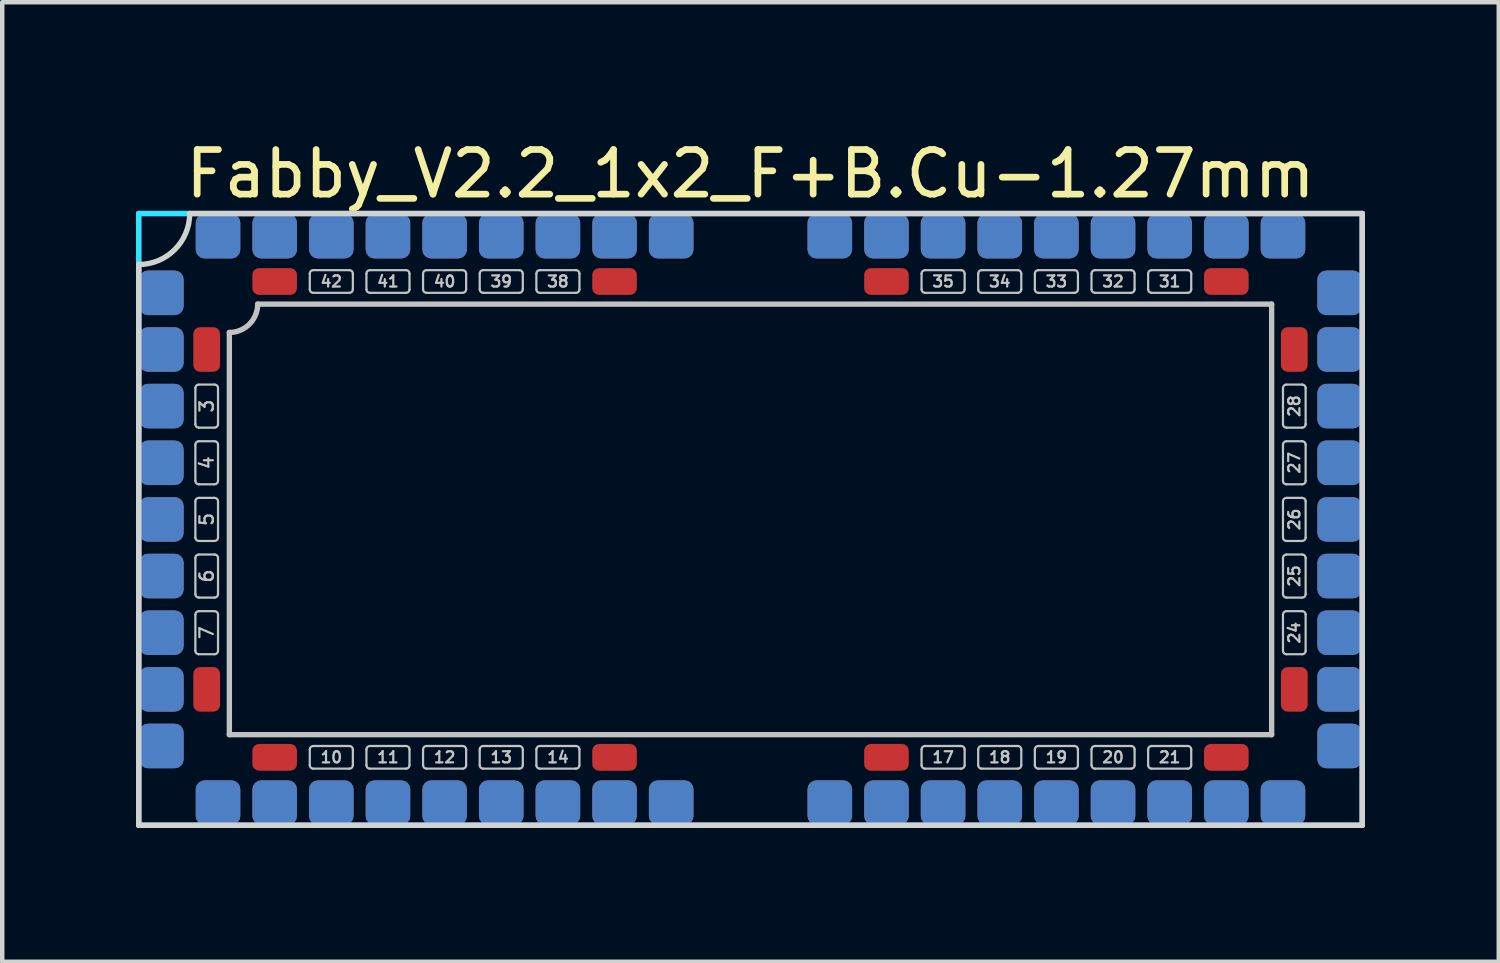
<source format=kicad_pcb>
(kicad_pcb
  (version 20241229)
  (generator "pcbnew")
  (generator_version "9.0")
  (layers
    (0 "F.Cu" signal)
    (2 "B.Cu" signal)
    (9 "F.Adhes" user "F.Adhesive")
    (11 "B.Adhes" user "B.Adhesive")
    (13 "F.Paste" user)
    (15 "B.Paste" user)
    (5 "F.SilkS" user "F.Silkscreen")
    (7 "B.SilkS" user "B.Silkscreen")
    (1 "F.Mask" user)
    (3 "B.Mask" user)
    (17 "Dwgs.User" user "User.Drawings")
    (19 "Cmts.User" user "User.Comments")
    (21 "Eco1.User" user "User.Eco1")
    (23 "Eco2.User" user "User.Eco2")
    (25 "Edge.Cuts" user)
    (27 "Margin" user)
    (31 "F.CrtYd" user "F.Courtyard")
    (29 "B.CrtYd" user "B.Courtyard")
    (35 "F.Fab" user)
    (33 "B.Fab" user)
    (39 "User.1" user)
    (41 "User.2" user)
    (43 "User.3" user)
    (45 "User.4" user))
  (footprint "Fabby_V2.2_1x2_F+B.Cu-1.27mm"
    (layer "F.Cu")
    (at 13.776 8.595)
    (property "Reference" "Fabby_V2.2_1x2_F+B.Cu-1.27mm" (at 0 -7.747 0) (layer "F.SilkS") (effects (font (size 1 1) (thickness 0.15))))
    (attr through_hole)
    (fp_line (start -12.446 -2.134) (end -12.446 -2.946) (stroke (width 0.05) (type solid)) (layer "Dwgs.User"))
    (fp_line (start -12.446 -0.864) (end -12.446 -1.676) (stroke (width 0.05) (type solid)) (layer "Dwgs.User"))
    (fp_line (start -12.446 0.406) (end -12.446 -0.406) (stroke (width 0.05) (type solid)) (layer "Dwgs.User"))
    (fp_line (start -12.446 1.676) (end -12.446 0.864) (stroke (width 0.05) (type solid)) (layer "Dwgs.User"))
    (fp_line (start -12.446 2.946) (end -12.446 2.134) (stroke (width 0.05) (type solid)) (layer "Dwgs.User"))
    (fp_line (start -12.37 -3.023) (end -12.014 -3.023) (stroke (width 0.05) (type solid)) (layer "Dwgs.User"))
    (fp_line (start -12.37 -2.057) (end -12.014 -2.057) (stroke (width 0.05) (type solid)) (layer "Dwgs.User"))
    (fp_line (start -12.37 -1.753) (end -12.014 -1.753) (stroke (width 0.05) (type solid)) (layer "Dwgs.User"))
    (fp_line (start -12.37 -0.787) (end -12.014 -0.787) (stroke (width 0.05) (type solid)) (layer "Dwgs.User"))
    (fp_line (start -12.37 -0.483) (end -12.014 -0.483) (stroke (width 0.05) (type solid)) (layer "Dwgs.User"))
    (fp_line (start -12.37 0.483) (end -12.014 0.483) (stroke (width 0.05) (type solid)) (layer "Dwgs.User"))
    (fp_line (start -12.37 0.787) (end -12.014 0.787) (stroke (width 0.05) (type solid)) (layer "Dwgs.User"))
    (fp_line (start -12.37 1.753) (end -12.014 1.753) (stroke (width 0.05) (type solid)) (layer "Dwgs.User"))
    (fp_line (start -12.37 2.057) (end -12.014 2.057) (stroke (width 0.05) (type solid)) (layer "Dwgs.User"))
    (fp_line (start -12.37 3.023) (end -12.014 3.023) (stroke (width 0.05) (type solid)) (layer "Dwgs.User"))
    (fp_line (start -11.938 -2.134) (end -11.938 -2.946) (stroke (width 0.05) (type solid)) (layer "Dwgs.User"))
    (fp_line (start -11.938 -0.864) (end -11.938 -1.676) (stroke (width 0.05) (type solid)) (layer "Dwgs.User"))
    (fp_line (start -11.938 0.406) (end -11.938 -0.406) (stroke (width 0.05) (type solid)) (layer "Dwgs.User"))
    (fp_line (start -11.938 1.676) (end -11.938 0.864) (stroke (width 0.05) (type solid)) (layer "Dwgs.User"))
    (fp_line (start -11.938 2.946) (end -11.938 2.134) (stroke (width 0.05) (type solid)) (layer "Dwgs.User"))
    (fp_line (start -11.684 4.826) (end -11.684 -4.191) (stroke (width 0.12) (type solid)) (layer "Dwgs.User"))
    (fp_line (start -11.049 -4.826) (end 11.684 -4.826) (stroke (width 0.12) (type solid)) (layer "Dwgs.User"))
    (fp_line (start -9.881 -5.156) (end -9.881 -5.512) (stroke (width 0.05) (type solid)) (layer "Dwgs.User"))
    (fp_line (start -9.881 5.512) (end -9.881 5.156) (stroke (width 0.05) (type solid)) (layer "Dwgs.User"))
    (fp_line (start -8.992 -5.588) (end -9.804 -5.588) (stroke (width 0.05) (type solid)) (layer "Dwgs.User"))
    (fp_line (start -8.992 -5.08) (end -9.804 -5.08) (stroke (width 0.05) (type solid)) (layer "Dwgs.User"))
    (fp_line (start -8.992 5.08) (end -9.804 5.08) (stroke (width 0.05) (type solid)) (layer "Dwgs.User"))
    (fp_line (start -8.992 5.588) (end -9.804 5.588) (stroke (width 0.05) (type solid)) (layer "Dwgs.User"))
    (fp_line (start -8.915 -5.156) (end -8.915 -5.512) (stroke (width 0.05) (type solid)) (layer "Dwgs.User"))
    (fp_line (start -8.915 5.512) (end -8.915 5.156) (stroke (width 0.05) (type solid)) (layer "Dwgs.User"))
    (fp_line (start -8.611 -5.156) (end -8.611 -5.512) (stroke (width 0.05) (type solid)) (layer "Dwgs.User"))
    (fp_line (start -8.611 5.512) (end -8.611 5.156) (stroke (width 0.05) (type solid)) (layer "Dwgs.User"))
    (fp_line (start -7.722 -5.588) (end -8.534 -5.588) (stroke (width 0.05) (type solid)) (layer "Dwgs.User"))
    (fp_line (start -7.722 -5.08) (end -8.534 -5.08) (stroke (width 0.05) (type solid)) (layer "Dwgs.User"))
    (fp_line (start -7.722 5.08) (end -8.534 5.08) (stroke (width 0.05) (type solid)) (layer "Dwgs.User"))
    (fp_line (start -7.722 5.588) (end -8.534 5.588) (stroke (width 0.05) (type solid)) (layer "Dwgs.User"))
    (fp_line (start -7.645 -5.156) (end -7.645 -5.512) (stroke (width 0.05) (type solid)) (layer "Dwgs.User"))
    (fp_line (start -7.645 5.512) (end -7.645 5.156) (stroke (width 0.05) (type solid)) (layer "Dwgs.User"))
    (fp_line (start -7.341 -5.156) (end -7.341 -5.512) (stroke (width 0.05) (type solid)) (layer "Dwgs.User"))
    (fp_line (start -7.341 5.512) (end -7.341 5.156) (stroke (width 0.05) (type solid)) (layer "Dwgs.User"))
    (fp_line (start -6.452 -5.588) (end -7.264 -5.588) (stroke (width 0.05) (type solid)) (layer "Dwgs.User"))
    (fp_line (start -6.452 -5.08) (end -7.264 -5.08) (stroke (width 0.05) (type solid)) (layer "Dwgs.User"))
    (fp_line (start -6.452 5.08) (end -7.264 5.08) (stroke (width 0.05) (type solid)) (layer "Dwgs.User"))
    (fp_line (start -6.452 5.588) (end -7.264 5.588) (stroke (width 0.05) (type solid)) (layer "Dwgs.User"))
    (fp_line (start -6.375 -5.156) (end -6.375 -5.512) (stroke (width 0.05) (type solid)) (layer "Dwgs.User"))
    (fp_line (start -6.375 5.512) (end -6.375 5.156) (stroke (width 0.05) (type solid)) (layer "Dwgs.User"))
    (fp_line (start -6.071 -5.156) (end -6.071 -5.512) (stroke (width 0.05) (type solid)) (layer "Dwgs.User"))
    (fp_line (start -6.071 5.512) (end -6.071 5.156) (stroke (width 0.05) (type solid)) (layer "Dwgs.User"))
    (fp_line (start -5.182 -5.588) (end -5.994 -5.588) (stroke (width 0.05) (type solid)) (layer "Dwgs.User"))
    (fp_line (start -5.182 -5.08) (end -5.994 -5.08) (stroke (width 0.05) (type solid)) (layer "Dwgs.User"))
    (fp_line (start -5.182 5.08) (end -5.994 5.08) (stroke (width 0.05) (type solid)) (layer "Dwgs.User"))
    (fp_line (start -5.182 5.588) (end -5.994 5.588) (stroke (width 0.05) (type solid)) (layer "Dwgs.User"))
    (fp_line (start -5.105 -5.156) (end -5.105 -5.512) (stroke (width 0.05) (type solid)) (layer "Dwgs.User"))
    (fp_line (start -5.105 5.512) (end -5.105 5.156) (stroke (width 0.05) (type solid)) (layer "Dwgs.User"))
    (fp_line (start -4.801 -5.156) (end -4.801 -5.512) (stroke (width 0.05) (type solid)) (layer "Dwgs.User"))
    (fp_line (start -4.801 5.512) (end -4.801 5.156) (stroke (width 0.05) (type solid)) (layer "Dwgs.User"))
    (fp_line (start -3.912 -5.588) (end -4.724 -5.588) (stroke (width 0.05) (type solid)) (layer "Dwgs.User"))
    (fp_line (start -3.912 -5.08) (end -4.724 -5.08) (stroke (width 0.05) (type solid)) (layer "Dwgs.User"))
    (fp_line (start -3.912 5.08) (end -4.724 5.08) (stroke (width 0.05) (type solid)) (layer "Dwgs.User"))
    (fp_line (start -3.912 5.588) (end -4.724 5.588) (stroke (width 0.05) (type solid)) (layer "Dwgs.User"))
    (fp_line (start -3.835 -5.156) (end -3.835 -5.512) (stroke (width 0.05) (type solid)) (layer "Dwgs.User"))
    (fp_line (start -3.835 5.512) (end -3.835 5.156) (stroke (width 0.05) (type solid)) (layer "Dwgs.User"))
    (fp_line (start 3.835 -5.156) (end 3.835 -5.512) (stroke (width 0.05) (type solid)) (layer "Dwgs.User"))
    (fp_line (start 3.835 5.512) (end 3.835 5.156) (stroke (width 0.05) (type solid)) (layer "Dwgs.User"))
    (fp_line (start 4.724 -5.588) (end 3.912 -5.588) (stroke (width 0.05) (type solid)) (layer "Dwgs.User"))
    (fp_line (start 4.724 -5.08) (end 3.912 -5.08) (stroke (width 0.05) (type solid)) (layer "Dwgs.User"))
    (fp_line (start 4.724 5.08) (end 3.912 5.08) (stroke (width 0.05) (type solid)) (layer "Dwgs.User"))
    (fp_line (start 4.724 5.588) (end 3.912 5.588) (stroke (width 0.05) (type solid)) (layer "Dwgs.User"))
    (fp_line (start 4.801 -5.156) (end 4.801 -5.512) (stroke (width 0.05) (type solid)) (layer "Dwgs.User"))
    (fp_line (start 4.801 5.512) (end 4.801 5.156) (stroke (width 0.05) (type solid)) (layer "Dwgs.User"))
    (fp_line (start 5.105 -5.156) (end 5.105 -5.512) (stroke (width 0.05) (type solid)) (layer "Dwgs.User"))
    (fp_line (start 5.105 5.512) (end 5.105 5.156) (stroke (width 0.05) (type solid)) (layer "Dwgs.User"))
    (fp_line (start 5.994 -5.588) (end 5.182 -5.588) (stroke (width 0.05) (type solid)) (layer "Dwgs.User"))
    (fp_line (start 5.994 -5.08) (end 5.182 -5.08) (stroke (width 0.05) (type solid)) (layer "Dwgs.User"))
    (fp_line (start 5.994 5.08) (end 5.182 5.08) (stroke (width 0.05) (type solid)) (layer "Dwgs.User"))
    (fp_line (start 5.994 5.588) (end 5.182 5.588) (stroke (width 0.05) (type solid)) (layer "Dwgs.User"))
    (fp_line (start 6.071 -5.156) (end 6.071 -5.512) (stroke (width 0.05) (type solid)) (layer "Dwgs.User"))
    (fp_line (start 6.071 5.512) (end 6.071 5.156) (stroke (width 0.05) (type solid)) (layer "Dwgs.User"))
    (fp_line (start 6.375 -5.156) (end 6.375 -5.512) (stroke (width 0.05) (type solid)) (layer "Dwgs.User"))
    (fp_line (start 6.375 5.512) (end 6.375 5.156) (stroke (width 0.05) (type solid)) (layer "Dwgs.User"))
    (fp_line (start 7.264 -5.588) (end 6.452 -5.588) (stroke (width 0.05) (type solid)) (layer "Dwgs.User"))
    (fp_line (start 7.264 -5.08) (end 6.452 -5.08) (stroke (width 0.05) (type solid)) (layer "Dwgs.User"))
    (fp_line (start 7.264 5.08) (end 6.452 5.08) (stroke (width 0.05) (type solid)) (layer "Dwgs.User"))
    (fp_line (start 7.264 5.588) (end 6.452 5.588) (stroke (width 0.05) (type solid)) (layer "Dwgs.User"))
    (fp_line (start 7.341 -5.156) (end 7.341 -5.512) (stroke (width 0.05) (type solid)) (layer "Dwgs.User"))
    (fp_line (start 7.341 5.512) (end 7.341 5.156) (stroke (width 0.05) (type solid)) (layer "Dwgs.User"))
    (fp_line (start 7.645 -5.156) (end 7.645 -5.512) (stroke (width 0.05) (type solid)) (layer "Dwgs.User"))
    (fp_line (start 7.645 5.512) (end 7.645 5.156) (stroke (width 0.05) (type solid)) (layer "Dwgs.User"))
    (fp_line (start 8.534 -5.588) (end 7.722 -5.588) (stroke (width 0.05) (type solid)) (layer "Dwgs.User"))
    (fp_line (start 8.534 -5.08) (end 7.722 -5.08) (stroke (width 0.05) (type solid)) (layer "Dwgs.User"))
    (fp_line (start 8.534 5.08) (end 7.722 5.08) (stroke (width 0.05) (type solid)) (layer "Dwgs.User"))
    (fp_line (start 8.534 5.588) (end 7.722 5.588) (stroke (width 0.05) (type solid)) (layer "Dwgs.User"))
    (fp_line (start 8.611 -5.156) (end 8.611 -5.512) (stroke (width 0.05) (type solid)) (layer "Dwgs.User"))
    (fp_line (start 8.611 5.512) (end 8.611 5.156) (stroke (width 0.05) (type solid)) (layer "Dwgs.User"))
    (fp_line (start 8.915 -5.156) (end 8.915 -5.512) (stroke (width 0.05) (type solid)) (layer "Dwgs.User"))
    (fp_line (start 8.915 5.512) (end 8.915 5.156) (stroke (width 0.05) (type solid)) (layer "Dwgs.User"))
    (fp_line (start 9.804 -5.588) (end 8.992 -5.588) (stroke (width 0.05) (type solid)) (layer "Dwgs.User"))
    (fp_line (start 9.804 -5.08) (end 8.992 -5.08) (stroke (width 0.05) (type solid)) (layer "Dwgs.User"))
    (fp_line (start 9.804 5.08) (end 8.992 5.08) (stroke (width 0.05) (type solid)) (layer "Dwgs.User"))
    (fp_line (start 9.804 5.588) (end 8.992 5.588) (stroke (width 0.05) (type solid)) (layer "Dwgs.User"))
    (fp_line (start 9.881 -5.156) (end 9.881 -5.512) (stroke (width 0.05) (type solid)) (layer "Dwgs.User"))
    (fp_line (start 9.881 5.512) (end 9.881 5.156) (stroke (width 0.05) (type solid)) (layer "Dwgs.User"))
    (fp_line (start 11.684 -4.826) (end 11.684 4.826) (stroke (width 0.12) (type solid)) (layer "Dwgs.User"))
    (fp_line (start 11.684 4.826) (end -11.684 4.826) (stroke (width 0.12) (type solid)) (layer "Dwgs.User"))
    (fp_line (start 11.938 -2.134) (end 11.938 -2.946) (stroke (width 0.05) (type solid)) (layer "Dwgs.User"))
    (fp_line (start 11.938 -0.864) (end 11.938 -1.676) (stroke (width 0.05) (type solid)) (layer "Dwgs.User"))
    (fp_line (start 11.938 0.406) (end 11.938 -0.406) (stroke (width 0.05) (type solid)) (layer "Dwgs.User"))
    (fp_line (start 11.938 1.676) (end 11.938 0.864) (stroke (width 0.05) (type solid)) (layer "Dwgs.User"))
    (fp_line (start 11.938 2.946) (end 11.938 2.134) (stroke (width 0.05) (type solid)) (layer "Dwgs.User"))
    (fp_line (start 12.014 -3.023) (end 12.37 -3.023) (stroke (width 0.05) (type solid)) (layer "Dwgs.User"))
    (fp_line (start 12.014 -2.057) (end 12.37 -2.057) (stroke (width 0.05) (type solid)) (layer "Dwgs.User"))
    (fp_line (start 12.014 -1.753) (end 12.37 -1.753) (stroke (width 0.05) (type solid)) (layer "Dwgs.User"))
    (fp_line (start 12.014 -0.787) (end 12.37 -0.787) (stroke (width 0.05) (type solid)) (layer "Dwgs.User"))
    (fp_line (start 12.014 -0.483) (end 12.37 -0.483) (stroke (width 0.05) (type solid)) (layer "Dwgs.User"))
    (fp_line (start 12.014 0.483) (end 12.37 0.483) (stroke (width 0.05) (type solid)) (layer "Dwgs.User"))
    (fp_line (start 12.014 0.787) (end 12.37 0.787) (stroke (width 0.05) (type solid)) (layer "Dwgs.User"))
    (fp_line (start 12.014 1.753) (end 12.37 1.753) (stroke (width 0.05) (type solid)) (layer "Dwgs.User"))
    (fp_line (start 12.014 2.057) (end 12.37 2.057) (stroke (width 0.05) (type solid)) (layer "Dwgs.User"))
    (fp_line (start 12.014 3.023) (end 12.37 3.023) (stroke (width 0.05) (type solid)) (layer "Dwgs.User"))
    (fp_line (start 12.446 -2.134) (end 12.446 -2.946) (stroke (width 0.05) (type solid)) (layer "Dwgs.User"))
    (fp_line (start 12.446 -0.864) (end 12.446 -1.676) (stroke (width 0.05) (type solid)) (layer "Dwgs.User"))
    (fp_line (start 12.446 0.406) (end 12.446 -0.406) (stroke (width 0.05) (type solid)) (layer "Dwgs.User"))
    (fp_line (start 12.446 1.676) (end 12.446 0.864) (stroke (width 0.05) (type solid)) (layer "Dwgs.User"))
    (fp_line (start 12.446 2.946) (end 12.446 2.134) (stroke (width 0.05) (type solid)) (layer "Dwgs.User"))
    (fp_arc (start -12.446 -2.9464) (mid -12.423682 -3.000282) (end -12.3698 -3.0226) (stroke (width 0.05) (type solid)) (layer "Dwgs.User"))
    (fp_arc (start -12.446 -1.6764) (mid -12.423682 -1.730282) (end -12.3698 -1.7526) (stroke (width 0.05) (type solid)) (layer "Dwgs.User"))
    (fp_arc (start -12.446 -0.4064) (mid -12.423682 -0.460282) (end -12.3698 -0.4826) (stroke (width 0.05) (type solid)) (layer "Dwgs.User"))
    (fp_arc (start -12.446 0.8636) (mid -12.423682 0.809718) (end -12.3698 0.7874) (stroke (width 0.05) (type solid)) (layer "Dwgs.User"))
    (fp_arc (start -12.446 2.1336) (mid -12.423682 2.079718) (end -12.3698 2.0574) (stroke (width 0.05) (type solid)) (layer "Dwgs.User"))
    (fp_arc (start -12.3698 -2.0574) (mid -12.423682 -2.079718) (end -12.446 -2.1336) (stroke (width 0.05) (type solid)) (layer "Dwgs.User"))
    (fp_arc (start -12.3698 -0.7874) (mid -12.423682 -0.809718) (end -12.446 -0.8636) (stroke (width 0.05) (type solid)) (layer "Dwgs.User"))
    (fp_arc (start -12.3698 0.4826) (mid -12.423682 0.460282) (end -12.446 0.4064) (stroke (width 0.05) (type solid)) (layer "Dwgs.User"))
    (fp_arc (start -12.3698 1.7526) (mid -12.423682 1.730282) (end -12.446 1.6764) (stroke (width 0.05) (type solid)) (layer "Dwgs.User"))
    (fp_arc (start -12.3698 3.0226) (mid -12.423682 3.000282) (end -12.446 2.9464) (stroke (width 0.05) (type solid)) (layer "Dwgs.User"))
    (fp_arc (start -12.0142 -3.0226) (mid -11.960318 -3.000282) (end -11.938 -2.9464) (stroke (width 0.05) (type solid)) (layer "Dwgs.User"))
    (fp_arc (start -12.0142 -1.7526) (mid -11.960318 -1.730282) (end -11.938 -1.6764) (stroke (width 0.05) (type solid)) (layer "Dwgs.User"))
    (fp_arc (start -12.0142 -0.4826) (mid -11.960318 -0.460282) (end -11.938 -0.4064) (stroke (width 0.05) (type solid)) (layer "Dwgs.User"))
    (fp_arc (start -12.0142 0.7874) (mid -11.960318 0.809718) (end -11.938 0.8636) (stroke (width 0.05) (type solid)) (layer "Dwgs.User"))
    (fp_arc (start -12.0142 2.0574) (mid -11.960318 2.079718) (end -11.938 2.1336) (stroke (width 0.05) (type solid)) (layer "Dwgs.User"))
    (fp_arc (start -11.938 -2.1336) (mid -11.960318 -2.079718) (end -12.0142 -2.0574) (stroke (width 0.05) (type solid)) (layer "Dwgs.User"))
    (fp_arc (start -11.938 -0.8636) (mid -11.960318 -0.809718) (end -12.0142 -0.7874) (stroke (width 0.05) (type solid)) (layer "Dwgs.User"))
    (fp_arc (start -11.938 0.4064) (mid -11.960318 0.460282) (end -12.0142 0.4826) (stroke (width 0.05) (type solid)) (layer "Dwgs.User"))
    (fp_arc (start -11.938 1.6764) (mid -11.960318 1.730282) (end -12.0142 1.7526) (stroke (width 0.05) (type solid)) (layer "Dwgs.User"))
    (fp_arc (start -11.938 2.9464) (mid -11.960318 3.000282) (end -12.0142 3.0226) (stroke (width 0.05) (type solid)) (layer "Dwgs.User"))
    (fp_arc (start -11.049 -4.826) (mid -11.234987 -4.376987) (end -11.684 -4.191) (stroke (width 0.12) (type solid)) (layer "Dwgs.User"))
    (fp_arc (start -9.8806 -5.5118) (mid -9.858282 -5.565682) (end -9.8044 -5.588) (stroke (width 0.05) (type solid)) (layer "Dwgs.User"))
    (fp_arc (start -9.8806 5.1562) (mid -9.858282 5.102318) (end -9.8044 5.08) (stroke (width 0.05) (type solid)) (layer "Dwgs.User"))
    (fp_arc (start -9.8044 -5.08) (mid -9.858282 -5.102318) (end -9.8806 -5.1562) (stroke (width 0.05) (type solid)) (layer "Dwgs.User"))
    (fp_arc (start -9.8044 5.588) (mid -9.858282 5.565682) (end -9.8806 5.5118) (stroke (width 0.05) (type solid)) (layer "Dwgs.User"))
    (fp_arc (start -8.9916 -5.588) (mid -8.937718 -5.565682) (end -8.9154 -5.5118) (stroke (width 0.05) (type solid)) (layer "Dwgs.User"))
    (fp_arc (start -8.9916 5.08) (mid -8.937718 5.102318) (end -8.9154 5.1562) (stroke (width 0.05) (type solid)) (layer "Dwgs.User"))
    (fp_arc (start -8.9154 -5.1562) (mid -8.937718 -5.102318) (end -8.9916 -5.08) (stroke (width 0.05) (type solid)) (layer "Dwgs.User"))
    (fp_arc (start -8.9154 5.5118) (mid -8.937718 5.565682) (end -8.9916 5.588) (stroke (width 0.05) (type solid)) (layer "Dwgs.User"))
    (fp_arc (start -8.6106 -5.5118) (mid -8.588282 -5.565682) (end -8.5344 -5.588) (stroke (width 0.05) (type solid)) (layer "Dwgs.User"))
    (fp_arc (start -8.6106 5.1562) (mid -8.588282 5.102318) (end -8.5344 5.08) (stroke (width 0.05) (type solid)) (layer "Dwgs.User"))
    (fp_arc (start -8.5344 -5.08) (mid -8.588282 -5.102318) (end -8.6106 -5.1562) (stroke (width 0.05) (type solid)) (layer "Dwgs.User"))
    (fp_arc (start -8.5344 5.588) (mid -8.588282 5.565682) (end -8.6106 5.5118) (stroke (width 0.05) (type solid)) (layer "Dwgs.User"))
    (fp_arc (start -7.7216 -5.588) (mid -7.667718 -5.565682) (end -7.6454 -5.5118) (stroke (width 0.05) (type solid)) (layer "Dwgs.User"))
    (fp_arc (start -7.7216 5.08) (mid -7.667718 5.102318) (end -7.6454 5.1562) (stroke (width 0.05) (type solid)) (layer "Dwgs.User"))
    (fp_arc (start -7.6454 -5.1562) (mid -7.667718 -5.102318) (end -7.7216 -5.08) (stroke (width 0.05) (type solid)) (layer "Dwgs.User"))
    (fp_arc (start -7.6454 5.5118) (mid -7.667718 5.565682) (end -7.7216 5.588) (stroke (width 0.05) (type solid)) (layer "Dwgs.User"))
    (fp_arc (start -7.3406 -5.5118) (mid -7.318282 -5.565682) (end -7.2644 -5.588) (stroke (width 0.05) (type solid)) (layer "Dwgs.User"))
    (fp_arc (start -7.3406 5.1562) (mid -7.318282 5.102318) (end -7.2644 5.08) (stroke (width 0.05) (type solid)) (layer "Dwgs.User"))
    (fp_arc (start -7.2644 -5.08) (mid -7.318282 -5.102318) (end -7.3406 -5.1562) (stroke (width 0.05) (type solid)) (layer "Dwgs.User"))
    (fp_arc (start -7.2644 5.588) (mid -7.318282 5.565682) (end -7.3406 5.5118) (stroke (width 0.05) (type solid)) (layer "Dwgs.User"))
    (fp_arc (start -6.4516 -5.588) (mid -6.397718 -5.565682) (end -6.3754 -5.5118) (stroke (width 0.05) (type solid)) (layer "Dwgs.User"))
    (fp_arc (start -6.4516 5.08) (mid -6.397718 5.102318) (end -6.3754 5.1562) (stroke (width 0.05) (type solid)) (layer "Dwgs.User"))
    (fp_arc (start -6.3754 -5.1562) (mid -6.397718 -5.102318) (end -6.4516 -5.08) (stroke (width 0.05) (type solid)) (layer "Dwgs.User"))
    (fp_arc (start -6.3754 5.5118) (mid -6.397718 5.565682) (end -6.4516 5.588) (stroke (width 0.05) (type solid)) (layer "Dwgs.User"))
    (fp_arc (start -6.0706 -5.5118) (mid -6.048282 -5.565682) (end -5.9944 -5.588) (stroke (width 0.05) (type solid)) (layer "Dwgs.User"))
    (fp_arc (start -6.0706 5.1562) (mid -6.048282 5.102318) (end -5.9944 5.08) (stroke (width 0.05) (type solid)) (layer "Dwgs.User"))
    (fp_arc (start -5.9944 -5.08) (mid -6.048282 -5.102318) (end -6.0706 -5.1562) (stroke (width 0.05) (type solid)) (layer "Dwgs.User"))
    (fp_arc (start -5.9944 5.588) (mid -6.048282 5.565682) (end -6.0706 5.5118) (stroke (width 0.05) (type solid)) (layer "Dwgs.User"))
    (fp_arc (start -5.1816 -5.588) (mid -5.127718 -5.565682) (end -5.1054 -5.5118) (stroke (width 0.05) (type solid)) (layer "Dwgs.User"))
    (fp_arc (start -5.1816 5.08) (mid -5.127718 5.102318) (end -5.1054 5.1562) (stroke (width 0.05) (type solid)) (layer "Dwgs.User"))
    (fp_arc (start -5.1054 -5.1562) (mid -5.127718 -5.102318) (end -5.1816 -5.08) (stroke (width 0.05) (type solid)) (layer "Dwgs.User"))
    (fp_arc (start -5.1054 5.5118) (mid -5.127718 5.565682) (end -5.1816 5.588) (stroke (width 0.05) (type solid)) (layer "Dwgs.User"))
    (fp_arc (start -4.8006 -5.5118) (mid -4.778282 -5.565682) (end -4.7244 -5.588) (stroke (width 0.05) (type solid)) (layer "Dwgs.User"))
    (fp_arc (start -4.8006 5.1562) (mid -4.778282 5.102318) (end -4.7244 5.08) (stroke (width 0.05) (type solid)) (layer "Dwgs.User"))
    (fp_arc (start -4.7244 -5.08) (mid -4.778282 -5.102318) (end -4.8006 -5.1562) (stroke (width 0.05) (type solid)) (layer "Dwgs.User"))
    (fp_arc (start -4.7244 5.588) (mid -4.778282 5.565682) (end -4.8006 5.5118) (stroke (width 0.05) (type solid)) (layer "Dwgs.User"))
    (fp_arc (start -3.9116 -5.588) (mid -3.857718 -5.565682) (end -3.8354 -5.5118) (stroke (width 0.05) (type solid)) (layer "Dwgs.User"))
    (fp_arc (start -3.9116 5.08) (mid -3.857718 5.102318) (end -3.8354 5.1562) (stroke (width 0.05) (type solid)) (layer "Dwgs.User"))
    (fp_arc (start -3.8354 -5.1562) (mid -3.857718 -5.102318) (end -3.9116 -5.08) (stroke (width 0.05) (type solid)) (layer "Dwgs.User"))
    (fp_arc (start -3.8354 5.5118) (mid -3.857718 5.565682) (end -3.9116 5.588) (stroke (width 0.05) (type solid)) (layer "Dwgs.User"))
    (fp_arc (start 3.8354 -5.5118) (mid 3.857718 -5.565682) (end 3.9116 -5.588) (stroke (width 0.05) (type solid)) (layer "Dwgs.User"))
    (fp_arc (start 3.8354 5.1562) (mid 3.857718 5.102318) (end 3.9116 5.08) (stroke (width 0.05) (type solid)) (layer "Dwgs.User"))
    (fp_arc (start 3.9116 -5.08) (mid 3.857718 -5.102318) (end 3.8354 -5.1562) (stroke (width 0.05) (type solid)) (layer "Dwgs.User"))
    (fp_arc (start 3.9116 5.588) (mid 3.857718 5.565682) (end 3.8354 5.5118) (stroke (width 0.05) (type solid)) (layer "Dwgs.User"))
    (fp_arc (start 4.7244 -5.588) (mid 4.778282 -5.565682) (end 4.8006 -5.5118) (stroke (width 0.05) (type solid)) (layer "Dwgs.User"))
    (fp_arc (start 4.7244 5.08) (mid 4.778282 5.102318) (end 4.8006 5.1562) (stroke (width 0.05) (type solid)) (layer "Dwgs.User"))
    (fp_arc (start 4.8006 -5.1562) (mid 4.778282 -5.102318) (end 4.7244 -5.08) (stroke (width 0.05) (type solid)) (layer "Dwgs.User"))
    (fp_arc (start 4.8006 5.5118) (mid 4.778282 5.565682) (end 4.7244 5.588) (stroke (width 0.05) (type solid)) (layer "Dwgs.User"))
    (fp_arc (start 5.1054 -5.5118) (mid 5.127718 -5.565682) (end 5.1816 -5.588) (stroke (width 0.05) (type solid)) (layer "Dwgs.User"))
    (fp_arc (start 5.1054 5.1562) (mid 5.127718 5.102318) (end 5.1816 5.08) (stroke (width 0.05) (type solid)) (layer "Dwgs.User"))
    (fp_arc (start 5.1816 -5.08) (mid 5.127718 -5.102318) (end 5.1054 -5.1562) (stroke (width 0.05) (type solid)) (layer "Dwgs.User"))
    (fp_arc (start 5.1816 5.588) (mid 5.127718 5.565682) (end 5.1054 5.5118) (stroke (width 0.05) (type solid)) (layer "Dwgs.User"))
    (fp_arc (start 5.9944 -5.588) (mid 6.048282 -5.565682) (end 6.0706 -5.5118) (stroke (width 0.05) (type solid)) (layer "Dwgs.User"))
    (fp_arc (start 5.9944 5.08) (mid 6.048282 5.102318) (end 6.0706 5.1562) (stroke (width 0.05) (type solid)) (layer "Dwgs.User"))
    (fp_arc (start 6.0706 -5.1562) (mid 6.048282 -5.102318) (end 5.9944 -5.08) (stroke (width 0.05) (type solid)) (layer "Dwgs.User"))
    (fp_arc (start 6.0706 5.5118) (mid 6.048282 5.565682) (end 5.9944 5.588) (stroke (width 0.05) (type solid)) (layer "Dwgs.User"))
    (fp_arc (start 6.3754 -5.5118) (mid 6.397718 -5.565682) (end 6.4516 -5.588) (stroke (width 0.05) (type solid)) (layer "Dwgs.User"))
    (fp_arc (start 6.3754 5.1562) (mid 6.397718 5.102318) (end 6.4516 5.08) (stroke (width 0.05) (type solid)) (layer "Dwgs.User"))
    (fp_arc (start 6.4516 -5.08) (mid 6.397718 -5.102318) (end 6.3754 -5.1562) (stroke (width 0.05) (type solid)) (layer "Dwgs.User"))
    (fp_arc (start 6.4516 5.588) (mid 6.397718 5.565682) (end 6.3754 5.5118) (stroke (width 0.05) (type solid)) (layer "Dwgs.User"))
    (fp_arc (start 7.2644 -5.588) (mid 7.318282 -5.565682) (end 7.3406 -5.5118) (stroke (width 0.05) (type solid)) (layer "Dwgs.User"))
    (fp_arc (start 7.2644 5.08) (mid 7.318282 5.102318) (end 7.3406 5.1562) (stroke (width 0.05) (type solid)) (layer "Dwgs.User"))
    (fp_arc (start 7.3406 -5.1562) (mid 7.318282 -5.102318) (end 7.2644 -5.08) (stroke (width 0.05) (type solid)) (layer "Dwgs.User"))
    (fp_arc (start 7.3406 5.5118) (mid 7.318282 5.565682) (end 7.2644 5.588) (stroke (width 0.05) (type solid)) (layer "Dwgs.User"))
    (fp_arc (start 7.6454 -5.5118) (mid 7.667718 -5.565682) (end 7.7216 -5.588) (stroke (width 0.05) (type solid)) (layer "Dwgs.User"))
    (fp_arc (start 7.6454 5.1562) (mid 7.667718 5.102318) (end 7.7216 5.08) (stroke (width 0.05) (type solid)) (layer "Dwgs.User"))
    (fp_arc (start 7.7216 -5.08) (mid 7.667718 -5.102318) (end 7.6454 -5.1562) (stroke (width 0.05) (type solid)) (layer "Dwgs.User"))
    (fp_arc (start 7.7216 5.588) (mid 7.667718 5.565682) (end 7.6454 5.5118) (stroke (width 0.05) (type solid)) (layer "Dwgs.User"))
    (fp_arc (start 8.5344 -5.588) (mid 8.588282 -5.565682) (end 8.6106 -5.5118) (stroke (width 0.05) (type solid)) (layer "Dwgs.User"))
    (fp_arc (start 8.5344 5.08) (mid 8.588282 5.102318) (end 8.6106 5.1562) (stroke (width 0.05) (type solid)) (layer "Dwgs.User"))
    (fp_arc (start 8.6106 -5.1562) (mid 8.588282 -5.102318) (end 8.5344 -5.08) (stroke (width 0.05) (type solid)) (layer "Dwgs.User"))
    (fp_arc (start 8.6106 5.5118) (mid 8.588282 5.565682) (end 8.5344 5.588) (stroke (width 0.05) (type solid)) (layer "Dwgs.User"))
    (fp_arc (start 8.9154 -5.5118) (mid 8.937718 -5.565682) (end 8.9916 -5.588) (stroke (width 0.05) (type solid)) (layer "Dwgs.User"))
    (fp_arc (start 8.9154 5.1562) (mid 8.937718 5.102318) (end 8.9916 5.08) (stroke (width 0.05) (type solid)) (layer "Dwgs.User"))
    (fp_arc (start 8.9916 -5.08) (mid 8.937718 -5.102318) (end 8.9154 -5.1562) (stroke (width 0.05) (type solid)) (layer "Dwgs.User"))
    (fp_arc (start 8.9916 5.588) (mid 8.937718 5.565682) (end 8.9154 5.5118) (stroke (width 0.05) (type solid)) (layer "Dwgs.User"))
    (fp_arc (start 9.8044 -5.588) (mid 9.858282 -5.565682) (end 9.8806 -5.5118) (stroke (width 0.05) (type solid)) (layer "Dwgs.User"))
    (fp_arc (start 9.8044 5.08) (mid 9.858282 5.102318) (end 9.8806 5.1562) (stroke (width 0.05) (type solid)) (layer "Dwgs.User"))
    (fp_arc (start 9.8806 -5.1562) (mid 9.858282 -5.102318) (end 9.8044 -5.08) (stroke (width 0.05) (type solid)) (layer "Dwgs.User"))
    (fp_arc (start 9.8806 5.5118) (mid 9.858282 5.565682) (end 9.8044 5.588) (stroke (width 0.05) (type solid)) (layer "Dwgs.User"))
    (fp_arc (start 11.938 -2.9464) (mid 11.960318 -3.000282) (end 12.0142 -3.0226) (stroke (width 0.05) (type solid)) (layer "Dwgs.User"))
    (fp_arc (start 11.938 -1.6764) (mid 11.960318 -1.730282) (end 12.0142 -1.7526) (stroke (width 0.05) (type solid)) (layer "Dwgs.User"))
    (fp_arc (start 11.938 -0.4064) (mid 11.960318 -0.460282) (end 12.0142 -0.4826) (stroke (width 0.05) (type solid)) (layer "Dwgs.User"))
    (fp_arc (start 11.938 0.8636) (mid 11.960318 0.809718) (end 12.0142 0.7874) (stroke (width 0.05) (type solid)) (layer "Dwgs.User"))
    (fp_arc (start 11.938 2.1336) (mid 11.960318 2.079718) (end 12.0142 2.0574) (stroke (width 0.05) (type solid)) (layer "Dwgs.User"))
    (fp_arc (start 12.0142 -2.0574) (mid 11.960318 -2.079718) (end 11.938 -2.1336) (stroke (width 0.05) (type solid)) (layer "Dwgs.User"))
    (fp_arc (start 12.0142 -0.7874) (mid 11.960318 -0.809718) (end 11.938 -0.8636) (stroke (width 0.05) (type solid)) (layer "Dwgs.User"))
    (fp_arc (start 12.0142 0.4826) (mid 11.960318 0.460282) (end 11.938 0.4064) (stroke (width 0.05) (type solid)) (layer "Dwgs.User"))
    (fp_arc (start 12.0142 1.7526) (mid 11.960318 1.730282) (end 11.938 1.6764) (stroke (width 0.05) (type solid)) (layer "Dwgs.User"))
    (fp_arc (start 12.0142 3.0226) (mid 11.960318 3.000282) (end 11.938 2.9464) (stroke (width 0.05) (type solid)) (layer "Dwgs.User"))
    (fp_arc (start 12.3698 -3.0226) (mid 12.423682 -3.000282) (end 12.446 -2.9464) (stroke (width 0.05) (type solid)) (layer "Dwgs.User"))
    (fp_arc (start 12.3698 -1.7526) (mid 12.423682 -1.730282) (end 12.446 -1.6764) (stroke (width 0.05) (type solid)) (layer "Dwgs.User"))
    (fp_arc (start 12.3698 -0.4826) (mid 12.423682 -0.460282) (end 12.446 -0.4064) (stroke (width 0.05) (type solid)) (layer "Dwgs.User"))
    (fp_arc (start 12.3698 0.7874) (mid 12.423682 0.809718) (end 12.446 0.8636) (stroke (width 0.05) (type solid)) (layer "Dwgs.User"))
    (fp_arc (start 12.3698 2.0574) (mid 12.423682 2.079718) (end 12.446 2.1336) (stroke (width 0.05) (type solid)) (layer "Dwgs.User"))
    (fp_arc (start 12.446 -2.1336) (mid 12.423682 -2.079718) (end 12.3698 -2.0574) (stroke (width 0.05) (type solid)) (layer "Dwgs.User"))
    (fp_arc (start 12.446 -0.8636) (mid 12.423682 -0.809718) (end 12.3698 -0.7874) (stroke (width 0.05) (type solid)) (layer "Dwgs.User"))
    (fp_arc (start 12.446 0.4064) (mid 12.423682 0.460282) (end 12.3698 0.4826) (stroke (width 0.05) (type solid)) (layer "Dwgs.User"))
    (fp_arc (start 12.446 1.6764) (mid 12.423682 1.730282) (end 12.3698 1.7526) (stroke (width 0.05) (type solid)) (layer "Dwgs.User"))
    (fp_arc (start 12.446 2.9464) (mid 12.423682 3.000282) (end 12.3698 3.0226) (stroke (width 0.05) (type solid)) (layer "Dwgs.User"))
    (fp_line (start -13.716 -5.715) (end -13.716 6.858) (stroke (width 0.12) (type solid)) (layer "Edge.Cuts"))
    (fp_line (start -13.716 6.858) (end 13.716 6.858) (stroke (width 0.12) (type solid)) (layer "Edge.Cuts"))
    (fp_line (start -12.573 -6.858) (end 13.716 -6.858) (stroke (width 0.12) (type solid)) (layer "Edge.Cuts"))
    (fp_line (start 13.716 -6.858) (end 13.716 6.858) (stroke (width 0.12) (type solid)) (layer "Edge.Cuts"))
    (fp_arc (start -12.573 -6.858) (mid -12.907777 -6.049777) (end -13.716 -5.715) (stroke (width 0.12) (type solid)) (layer "Edge.Cuts"))
    (fp_line (start -13.716 -6.858) (end 13.716 -6.858) (stroke (width 0.12) (type solid)) (layer "B.CrtYd"))
    (fp_line (start -13.716 6.858) (end -13.716 -6.858) (stroke (width 0.12) (type solid)) (layer "B.CrtYd"))
    (fp_line (start 13.716 -6.858) (end 13.716 6.858) (stroke (width 0.12) (type solid)) (layer "B.CrtYd"))
    (fp_line (start 13.716 6.858) (end -13.716 6.858) (stroke (width 0.12) (type solid)) (layer "B.CrtYd"))
    (fp_line (start -13.716 -6.858) (end 13.716 -6.858) (stroke (width 0.12) (type solid)) (layer "F.CrtYd"))
    (fp_line (start -13.716 6.858) (end -13.716 -6.858) (stroke (width 0.12) (type solid)) (layer "F.CrtYd"))
    (fp_line (start 13.716 -6.858) (end 13.716 6.858) (stroke (width 0.12) (type solid)) (layer "F.CrtYd"))
    (fp_line (start 13.716 6.858) (end -13.716 6.858) (stroke (width 0.12) (type solid)) (layer "F.CrtYd"))
    (fp_text user "3" (at -12.192 -2.54 90) (layer "Dwgs.User") (effects (font (size 0.3 0.3) (thickness 0.05))))
    (fp_text user "40" (at -6.858 -5.334 0) (layer "Dwgs.User") (effects (font (size 0.25 0.25) (thickness 0.05))))
    (fp_text user "6" (at -12.192 1.27 90) (layer "Dwgs.User") (effects (font (size 0.3 0.3) (thickness 0.05))))
    (fp_text user "34" (at 5.588 -5.334 0) (layer "Dwgs.User") (effects (font (size 0.25 0.25) (thickness 0.05))))
    (fp_text user "19" (at 6.858 5.334 0) (layer "Dwgs.User") (effects (font (size 0.25 0.25) (thickness 0.05))))
    (fp_text user "11" (at -8.128 5.334 0) (layer "Dwgs.User") (effects (font (size 0.25 0.25) (thickness 0.05))))
    (fp_text user "10" (at -9.398 5.334 0) (layer "Dwgs.User") (effects (font (size 0.25 0.25) (thickness 0.05))))
    (fp_text user "33" (at 6.858 -5.334 0) (layer "Dwgs.User") (effects (font (size 0.25 0.25) (thickness 0.05))))
    (fp_text user "7" (at -12.192 2.54 90) (layer "Dwgs.User") (effects (font (size 0.3 0.3) (thickness 0.05))))
    (fp_text user "38" (at -4.318 -5.334 0) (layer "Dwgs.User") (effects (font (size 0.25 0.25) (thickness 0.05))))
    (fp_text user "12" (at -6.858 5.334 0) (layer "Dwgs.User") (effects (font (size 0.25 0.25) (thickness 0.05))))
    (fp_text user "27" (at 12.192 -1.27 270) (layer "Dwgs.User") (effects (font (size 0.25 0.25) (thickness 0.05))))
    (fp_text user "26" (at 12.192 0 270) (layer "Dwgs.User") (effects (font (size 0.25 0.25) (thickness 0.05))))
    (fp_text user "41" (at -8.128 -5.334 0) (layer "Dwgs.User") (effects (font (size 0.25 0.25) (thickness 0.05))))
    (fp_text user "5" (at -12.192 0 90) (layer "Dwgs.User") (effects (font (size 0.3 0.3) (thickness 0.05))))
    (fp_text user "42" (at -9.398 -5.334 0) (layer "Dwgs.User") (effects (font (size 0.25 0.25) (thickness 0.05))))
    (fp_text user "20" (at 8.128 5.334 0) (layer "Dwgs.User") (effects (font (size 0.25 0.25) (thickness 0.05))))
    (fp_text user "39" (at -5.588 -5.334 0) (layer "Dwgs.User") (effects (font (size 0.25 0.25) (thickness 0.05))))
    (fp_text user "32" (at 8.128 -5.334 0) (layer "Dwgs.User") (effects (font (size 0.25 0.25) (thickness 0.05))))
    (fp_text user "24" (at 12.192 2.54 270) (layer "Dwgs.User") (effects (font (size 0.25 0.25) (thickness 0.05))))
    (fp_text user "25" (at 12.192 1.27 270) (layer "Dwgs.User") (effects (font (size 0.25 0.25) (thickness 0.05))))
    (fp_text user "18" (at 5.588 5.334 0) (layer "Dwgs.User") (effects (font (size 0.25 0.25) (thickness 0.05))))
    (fp_text user "4" (at -12.192 -1.27 90) (layer "Dwgs.User") (effects (font (size 0.3 0.3) (thickness 0.05))))
    (fp_text user "28" (at 12.192 -2.54 270) (layer "Dwgs.User") (effects (font (size 0.25 0.25) (thickness 0.05))))
    (fp_text user "14" (at -4.318 5.334 0) (layer "Dwgs.User") (effects (font (size 0.25 0.25) (thickness 0.05))))
    (fp_text user "13" (at -5.588 5.334 0) (layer "Dwgs.User") (effects (font (size 0.25 0.25) (thickness 0.05))))
    (fp_text user "35" (at 4.318 -5.334 0) (layer "Dwgs.User") (effects (font (size 0.25 0.25) (thickness 0.05))))
    (fp_text user "17" (at 4.318 5.334 0) (layer "Dwgs.User") (effects (font (size 0.25 0.25) (thickness 0.05))))
    (fp_text user "21" (at 9.398 5.334 0) (layer "Dwgs.User") (effects (font (size 0.25 0.25) (thickness 0.05))))
    (fp_text user "31" (at 9.398 -5.334 0) (layer "Dwgs.User") (effects (font (size 0.25 0.25) (thickness 0.05))))
    (pad "" smd roundrect (at -13.208 -3.81 270) (size 1 1) (layers "F.Cu" "F.Mask" "F.Paste") (roundrect_rratio 0.2))
    (pad "" smd roundrect (at -13.208 -3.81 270) (size 1 1) (layers "B.Cu" "B.Mask" "B.Paste") (roundrect_rratio 0.2))
    (pad "" smd roundrect (at -13.208 3.81 270) (size 1 1) (layers "F.Cu" "F.Mask" "F.Paste") (roundrect_rratio 0.2))
    (pad "" smd roundrect (at -13.208 3.81 270) (size 1 1) (layers "B.Cu" "B.Mask" "B.Paste") (roundrect_rratio 0.2))
    (pad "" smd roundrect (at -10.668 -6.35 270) (size 1 1) (layers "F.Cu" "F.Mask" "F.Paste") (roundrect_rratio 0.2))
    (pad "" smd roundrect (at -10.668 -6.35 270) (size 1 1) (layers "B.Cu" "B.Mask" "B.Paste") (roundrect_rratio 0.2))
    (pad "" smd roundrect (at -10.668 6.35 270) (size 1 1) (layers "F.Cu" "F.Mask" "F.Paste") (roundrect_rratio 0.2))
    (pad "" smd roundrect (at -10.668 6.35 270) (size 1 1) (layers "B.Cu" "B.Mask" "B.Paste") (roundrect_rratio 0.2))
    (pad "" smd roundrect (at -3.048 -6.35 270) (size 1 1) (layers "F.Cu" "F.Mask" "F.Paste") (roundrect_rratio 0.2))
    (pad "" smd roundrect (at -3.048 -6.35 270) (size 1 1) (layers "B.Cu" "B.Mask" "B.Paste") (roundrect_rratio 0.2))
    (pad "" smd roundrect (at -3.048 6.35 270) (size 1 1) (layers "F.Cu" "F.Mask" "F.Paste") (roundrect_rratio 0.2))
    (pad "" smd roundrect (at -3.048 6.35 270) (size 1 1) (layers "B.Cu" "B.Mask" "B.Paste") (roundrect_rratio 0.2))
    (pad "" smd roundrect (at 3.048 -6.35 270) (size 1 1) (layers "F.Cu" "F.Mask" "F.Paste") (roundrect_rratio 0.2))
    (pad "" smd roundrect (at 3.048 -6.35 270) (size 1 1) (layers "B.Cu" "B.Mask" "B.Paste") (roundrect_rratio 0.2))
    (pad "" smd roundrect (at 3.048 6.35 270) (size 1 1) (layers "F.Cu" "F.Mask" "F.Paste") (roundrect_rratio 0.2))
    (pad "" smd roundrect (at 3.048 6.35 270) (size 1 1) (layers "B.Cu" "B.Mask" "B.Paste") (roundrect_rratio 0.2))
    (pad "" smd roundrect (at 10.668 -6.35 270) (size 1 1) (layers "F.Cu" "F.Mask" "F.Paste") (roundrect_rratio 0.2))
    (pad "" smd roundrect (at 10.668 -6.35 270) (size 1 1) (layers "B.Cu" "B.Mask" "B.Paste") (roundrect_rratio 0.2))
    (pad "" smd roundrect (at 10.668 6.35 270) (size 1 1) (layers "F.Cu" "F.Mask" "F.Paste") (roundrect_rratio 0.2))
    (pad "" smd roundrect (at 10.668 6.35 270) (size 1 1) (layers "B.Cu" "B.Mask" "B.Paste") (roundrect_rratio 0.2))
    (pad "" smd roundrect (at 13.208 -3.81 270) (size 1 1) (layers "F.Cu" "F.Mask" "F.Paste") (roundrect_rratio 0.2))
    (pad "" smd roundrect (at 13.208 -3.81 270) (size 1 1) (layers "B.Cu" "B.Mask" "B.Paste") (roundrect_rratio 0.2))
    (pad "" smd roundrect (at 13.208 3.81 270) (size 1 1) (layers "F.Cu" "F.Mask" "F.Paste") (roundrect_rratio 0.2))
    (pad "" smd roundrect (at 13.208 3.81 270) (size 1 1) (layers "B.Cu" "B.Mask" "B.Paste") (roundrect_rratio 0.2))
    (pad "1" smd roundrect (at -13.208 -5.08 270) (size 1 1) (layers "F.Cu" "F.Mask" "F.Paste") (roundrect_rratio 0.2))
    (pad "1" smd roundrect (at -13.208 -5.08 270) (size 1 1) (layers "B.Cu" "B.Mask" "B.Paste") (roundrect_rratio 0.2))
    (pad "1" smd roundrect (at -13.208 5.08 270) (size 1 1) (layers "F.Cu" "F.Mask" "F.Paste") (roundrect_rratio 0.2))
    (pad "1" smd roundrect (at -13.208 5.08 270) (size 1 1) (layers "B.Cu" "B.Mask" "B.Paste") (roundrect_rratio 0.2))
    (pad "1" smd roundrect (at -11.938 -6.35 270) (size 1 1) (layers "F.Cu" "F.Mask" "F.Paste") (roundrect_rratio 0.2))
    (pad "1" smd roundrect (at -11.938 -6.35 270) (size 1 1) (layers "B.Cu" "B.Mask" "B.Paste") (roundrect_rratio 0.2))
    (pad "1" smd roundrect (at -11.938 6.35 270) (size 1 1) (layers "F.Cu" "F.Mask" "F.Paste") (roundrect_rratio 0.2))
    (pad "1" smd roundrect (at -11.938 6.35 270) (size 1 1) (layers "B.Cu" "B.Mask" "B.Paste") (roundrect_rratio 0.2))
    (pad "1" smd roundrect (at -1.778 -6.35 270) (size 1 1) (layers "F.Cu" "F.Mask" "F.Paste") (roundrect_rratio 0.2))
    (pad "1" smd roundrect (at -1.778 -6.35 270) (size 1 1) (layers "B.Cu" "B.Mask" "B.Paste") (roundrect_rratio 0.2))
    (pad "1" smd roundrect (at -1.778 6.35 270) (size 1 1) (layers "F.Cu" "F.Mask" "F.Paste") (roundrect_rratio 0.2))
    (pad "1" smd roundrect (at -1.778 6.35 270) (size 1 1) (layers "B.Cu" "B.Mask" "B.Paste") (roundrect_rratio 0.2))
    (pad "1" smd roundrect (at 1.778 -6.35 270) (size 1 1) (layers "F.Cu" "F.Mask" "F.Paste") (roundrect_rratio 0.2))
    (pad "1" smd roundrect (at 1.778 -6.35 270) (size 1 1) (layers "B.Cu" "B.Mask" "B.Paste") (roundrect_rratio 0.2))
    (pad "1" smd roundrect (at 1.778 6.35 270) (size 1 1) (layers "F.Cu" "F.Mask" "F.Paste") (roundrect_rratio 0.2))
    (pad "1" smd roundrect (at 1.778 6.35 270) (size 1 1) (layers "B.Cu" "B.Mask" "B.Paste") (roundrect_rratio 0.2))
    (pad "1" smd roundrect (at 11.938 -6.35 270) (size 1 1) (layers "F.Cu" "F.Mask" "F.Paste") (roundrect_rratio 0.2))
    (pad "1" smd roundrect (at 11.938 -6.35 270) (size 1 1) (layers "B.Cu" "B.Mask" "B.Paste") (roundrect_rratio 0.2))
    (pad "1" smd roundrect (at 11.938 6.35 270) (size 1 1) (layers "F.Cu" "F.Mask" "F.Paste") (roundrect_rratio 0.2))
    (pad "1" smd roundrect (at 11.938 6.35 270) (size 1 1) (layers "B.Cu" "B.Mask" "B.Paste") (roundrect_rratio 0.2))
    (pad "1" smd roundrect (at 13.208 -5.08 270) (size 1 1) (layers "F.Cu" "F.Mask" "F.Paste") (roundrect_rratio 0.2))
    (pad "1" smd roundrect (at 13.208 -5.08 270) (size 1 1) (layers "B.Cu" "B.Mask" "B.Paste") (roundrect_rratio 0.2))
    (pad "1" smd roundrect (at 13.208 5.08 270) (size 1 1) (layers "F.Cu" "F.Mask" "F.Paste") (roundrect_rratio 0.2))
    (pad "1" smd roundrect (at 13.208 5.08 270) (size 1 1) (layers "B.Cu" "B.Mask" "B.Paste") (roundrect_rratio 0.2))
    (pad "2" smd roundrect (at -12.192 -3.81) (size 0.6 1) (layers "F.Cu" "F.Mask" "F.Paste") (roundrect_rratio 0.25))
    (pad "3" smd roundrect (at -13.208 -2.54 270) (size 1 1) (layers "F.Cu" "F.Mask" "F.Paste") (roundrect_rratio 0.2))
    (pad "3" smd roundrect (at -13.208 -2.54 270) (size 1 1) (layers "B.Cu" "B.Mask" "B.Paste") (roundrect_rratio 0.2))
    (pad "4" smd roundrect (at -13.208 -1.27 270) (size 1 1) (layers "F.Cu" "F.Mask" "F.Paste") (roundrect_rratio 0.2))
    (pad "4" smd roundrect (at -13.208 -1.27 270) (size 1 1) (layers "B.Cu" "B.Mask" "B.Paste") (roundrect_rratio 0.2))
    (pad "5" smd roundrect (at -13.208 0 270) (size 1 1) (layers "F.Cu" "F.Mask" "F.Paste") (roundrect_rratio 0.2))
    (pad "5" smd roundrect (at -13.208 0 270) (size 1 1) (layers "B.Cu" "B.Mask" "B.Paste") (roundrect_rratio 0.2))
    (pad "6" smd roundrect (at -13.208 1.27 270) (size 1 1) (layers "F.Cu" "F.Mask" "F.Paste") (roundrect_rratio 0.2))
    (pad "6" smd roundrect (at -13.208 1.27 270) (size 1 1) (layers "B.Cu" "B.Mask" "B.Paste") (roundrect_rratio 0.2))
    (pad "7" smd roundrect (at -13.208 2.54 270) (size 1 1) (layers "F.Cu" "F.Mask" "F.Paste") (roundrect_rratio 0.2))
    (pad "7" smd roundrect (at -13.208 2.54 270) (size 1 1) (layers "B.Cu" "B.Mask" "B.Paste") (roundrect_rratio 0.2))
    (pad "8" smd roundrect (at -12.192 3.81) (size 0.6 1) (layers "F.Cu" "F.Mask" "F.Paste") (roundrect_rratio 0.25))
    (pad "9" smd roundrect (at -10.668 5.334 90) (size 0.6 1) (layers "F.Cu" "F.Mask" "F.Paste") (roundrect_rratio 0.25))
    (pad "10" smd roundrect (at -9.398 6.35 270) (size 1 1) (layers "F.Cu" "F.Mask" "F.Paste") (roundrect_rratio 0.2))
    (pad "10" smd roundrect (at -9.398 6.35 270) (size 1 1) (layers "B.Cu" "B.Mask" "B.Paste") (roundrect_rratio 0.2))
    (pad "11" smd roundrect (at -8.128 6.35 270) (size 1 1) (layers "F.Cu" "F.Mask" "F.Paste") (roundrect_rratio 0.2))
    (pad "11" smd roundrect (at -8.128 6.35 270) (size 1 1) (layers "B.Cu" "B.Mask" "B.Paste") (roundrect_rratio 0.2))
    (pad "12" smd roundrect (at -6.858 6.35 270) (size 1 1) (layers "F.Cu" "F.Mask" "F.Paste") (roundrect_rratio 0.2))
    (pad "12" smd roundrect (at -6.858 6.35 270) (size 1 1) (layers "B.Cu" "B.Mask" "B.Paste") (roundrect_rratio 0.2))
    (pad "13" smd roundrect (at -5.588 6.35 270) (size 1 1) (layers "F.Cu" "F.Mask" "F.Paste") (roundrect_rratio 0.2))
    (pad "13" smd roundrect (at -5.588 6.35 270) (size 1 1) (layers "B.Cu" "B.Mask" "B.Paste") (roundrect_rratio 0.2))
    (pad "14" smd roundrect (at -4.318 6.35 270) (size 1 1) (layers "F.Cu" "F.Mask" "F.Paste") (roundrect_rratio 0.2))
    (pad "14" smd roundrect (at -4.318 6.35 270) (size 1 1) (layers "B.Cu" "B.Mask" "B.Paste") (roundrect_rratio 0.2))
    (pad "15" smd roundrect (at -3.048 5.334 90) (size 0.6 1) (layers "F.Cu" "F.Mask" "F.Paste") (roundrect_rratio 0.25))
    (pad "16" smd roundrect (at 3.048 5.334 90) (size 0.6 1) (layers "F.Cu" "F.Mask" "F.Paste") (roundrect_rratio 0.25))
    (pad "17" smd roundrect (at 4.318 6.35 270) (size 1 1) (layers "F.Cu" "F.Mask" "F.Paste") (roundrect_rratio 0.2))
    (pad "17" smd roundrect (at 4.318 6.35 270) (size 1 1) (layers "B.Cu" "B.Mask" "B.Paste") (roundrect_rratio 0.2))
    (pad "18" smd roundrect (at 5.588 6.35 270) (size 1 1) (layers "F.Cu" "F.Mask" "F.Paste") (roundrect_rratio 0.2))
    (pad "18" smd roundrect (at 5.588 6.35 270) (size 1 1) (layers "B.Cu" "B.Mask" "B.Paste") (roundrect_rratio 0.2))
    (pad "19" smd roundrect (at 6.858 6.35 270) (size 1 1) (layers "F.Cu" "F.Mask" "F.Paste") (roundrect_rratio 0.2))
    (pad "19" smd roundrect (at 6.858 6.35 270) (size 1 1) (layers "B.Cu" "B.Mask" "B.Paste") (roundrect_rratio 0.2))
    (pad "20" smd roundrect (at 8.128 6.35 270) (size 1 1) (layers "F.Cu" "F.Mask" "F.Paste") (roundrect_rratio 0.2))
    (pad "20" smd roundrect (at 8.128 6.35 270) (size 1 1) (layers "B.Cu" "B.Mask" "B.Paste") (roundrect_rratio 0.2))
    (pad "21" smd roundrect (at 9.398 6.35 270) (size 1 1) (layers "F.Cu" "F.Mask" "F.Paste") (roundrect_rratio 0.2))
    (pad "21" smd roundrect (at 9.398 6.35 270) (size 1 1) (layers "B.Cu" "B.Mask" "B.Paste") (roundrect_rratio 0.2))
    (pad "22" smd roundrect (at 10.668 5.334 90) (size 0.6 1) (layers "F.Cu" "F.Mask" "F.Paste") (roundrect_rratio 0.25))
    (pad "23" smd roundrect (at 12.192 3.81 180) (size 0.6 1) (layers "F.Cu" "F.Mask" "F.Paste") (roundrect_rratio 0.25))
    (pad "24" smd roundrect (at 13.208 2.54 270) (size 1 1) (layers "F.Cu" "F.Mask" "F.Paste") (roundrect_rratio 0.2))
    (pad "24" smd roundrect (at 13.208 2.54 270) (size 1 1) (layers "B.Cu" "B.Mask" "B.Paste") (roundrect_rratio 0.2))
    (pad "25" smd roundrect (at 13.208 1.27 270) (size 1 1) (layers "F.Cu" "F.Mask" "F.Paste") (roundrect_rratio 0.2))
    (pad "25" smd roundrect (at 13.208 1.27 270) (size 1 1) (layers "B.Cu" "B.Mask" "B.Paste") (roundrect_rratio 0.2))
    (pad "26" smd roundrect (at 13.208 0 270) (size 1 1) (layers "F.Cu" "F.Mask" "F.Paste") (roundrect_rratio 0.2))
    (pad "26" smd roundrect (at 13.208 0 270) (size 1 1) (layers "B.Cu" "B.Mask" "B.Paste") (roundrect_rratio 0.2))
    (pad "27" smd roundrect (at 13.208 -1.27 270) (size 1 1) (layers "F.Cu" "F.Mask" "F.Paste") (roundrect_rratio 0.2))
    (pad "27" smd roundrect (at 13.208 -1.27 270) (size 1 1) (layers "B.Cu" "B.Mask" "B.Paste") (roundrect_rratio 0.2))
    (pad "28" smd roundrect (at 13.208 -2.54 270) (size 1 1) (layers "F.Cu" "F.Mask" "F.Paste") (roundrect_rratio 0.2))
    (pad "28" smd roundrect (at 13.208 -2.54 270) (size 1 1) (layers "B.Cu" "B.Mask" "B.Paste") (roundrect_rratio 0.2))
    (pad "29" smd roundrect (at 12.192 -3.81 180) (size 0.6 1) (layers "F.Cu" "F.Mask" "F.Paste") (roundrect_rratio 0.25))
    (pad "30" smd roundrect (at 10.668 -5.334 270) (size 0.6 1) (layers "F.Cu" "F.Mask" "F.Paste") (roundrect_rratio 0.25))
    (pad "31" smd roundrect (at 9.398 -6.35 270) (size 1 1) (layers "F.Cu" "F.Mask" "F.Paste") (roundrect_rratio 0.2))
    (pad "31" smd roundrect (at 9.398 -6.35 270) (size 1 1) (layers "B.Cu" "B.Mask" "B.Paste") (roundrect_rratio 0.2))
    (pad "32" smd roundrect (at 8.128 -6.35 270) (size 1 1) (layers "F.Cu" "F.Mask" "F.Paste") (roundrect_rratio 0.2))
    (pad "32" smd roundrect (at 8.128 -6.35 270) (size 1 1) (layers "B.Cu" "B.Mask" "B.Paste") (roundrect_rratio 0.2))
    (pad "33" smd roundrect (at 6.858 -6.35 270) (size 1 1) (layers "F.Cu" "F.Mask" "F.Paste") (roundrect_rratio 0.2))
    (pad "33" smd roundrect (at 6.858 -6.35 270) (size 1 1) (layers "B.Cu" "B.Mask" "B.Paste") (roundrect_rratio 0.2))
    (pad "34" smd roundrect (at 5.588 -6.35 270) (size 1 1) (layers "F.Cu" "F.Mask" "F.Paste") (roundrect_rratio 0.2))
    (pad "34" smd roundrect (at 5.588 -6.35 270) (size 1 1) (layers "B.Cu" "B.Mask" "B.Paste") (roundrect_rratio 0.2))
    (pad "35" smd roundrect (at 4.318 -6.35 270) (size 1 1) (layers "F.Cu" "F.Mask" "F.Paste") (roundrect_rratio 0.2))
    (pad "35" smd roundrect (at 4.318 -6.35 270) (size 1 1) (layers "B.Cu" "B.Mask" "B.Paste") (roundrect_rratio 0.2))
    (pad "36" smd roundrect (at 3.048 -5.334 270) (size 0.6 1) (layers "F.Cu" "F.Mask" "F.Paste") (roundrect_rratio 0.25))
    (pad "37" smd roundrect (at -3.048 -5.334 270) (size 0.6 1) (layers "F.Cu" "F.Mask" "F.Paste") (roundrect_rratio 0.25))
    (pad "38" smd roundrect (at -4.318 -6.35 270) (size 1 1) (layers "F.Cu" "F.Mask" "F.Paste") (roundrect_rratio 0.2))
    (pad "38" smd roundrect (at -4.318 -6.35 270) (size 1 1) (layers "B.Cu" "B.Mask" "B.Paste") (roundrect_rratio 0.2))
    (pad "39" smd roundrect (at -5.588 -6.35 270) (size 1 1) (layers "F.Cu" "F.Mask" "F.Paste") (roundrect_rratio 0.2))
    (pad "39" smd roundrect (at -5.588 -6.35 270) (size 1 1) (layers "B.Cu" "B.Mask" "B.Paste") (roundrect_rratio 0.2))
    (pad "40" smd roundrect (at -6.858 -6.35 270) (size 1 1) (layers "F.Cu" "F.Mask" "F.Paste") (roundrect_rratio 0.2))
    (pad "40" smd roundrect (at -6.858 -6.35 270) (size 1 1) (layers "B.Cu" "B.Mask" "B.Paste") (roundrect_rratio 0.2))
    (pad "41" smd roundrect (at -8.128 -6.35 270) (size 1 1) (layers "F.Cu" "F.Mask" "F.Paste") (roundrect_rratio 0.2))
    (pad "41" smd roundrect (at -8.128 -6.35 270) (size 1 1) (layers "B.Cu" "B.Mask" "B.Paste") (roundrect_rratio 0.2))
    (pad "42" smd roundrect (at -9.398 -6.35 270) (size 1 1) (layers "F.Cu" "F.Mask" "F.Paste") (roundrect_rratio 0.2))
    (pad "42" smd roundrect (at -9.398 -6.35 270) (size 1 1) (layers "B.Cu" "B.Mask" "B.Paste") (roundrect_rratio 0.2))
    (pad "43" smd roundrect (at -10.668 -5.334 270) (size 0.6 1) (layers "F.Cu" "F.Mask" "F.Paste") (roundrect_rratio 0.25)))
  (gr_rect
    (start -3 -3)
    (end 30.552 18.513)
    (stroke (width 0.1) (type default))
    (fill no)
    (layer "Edge.Cuts")))
</source>
